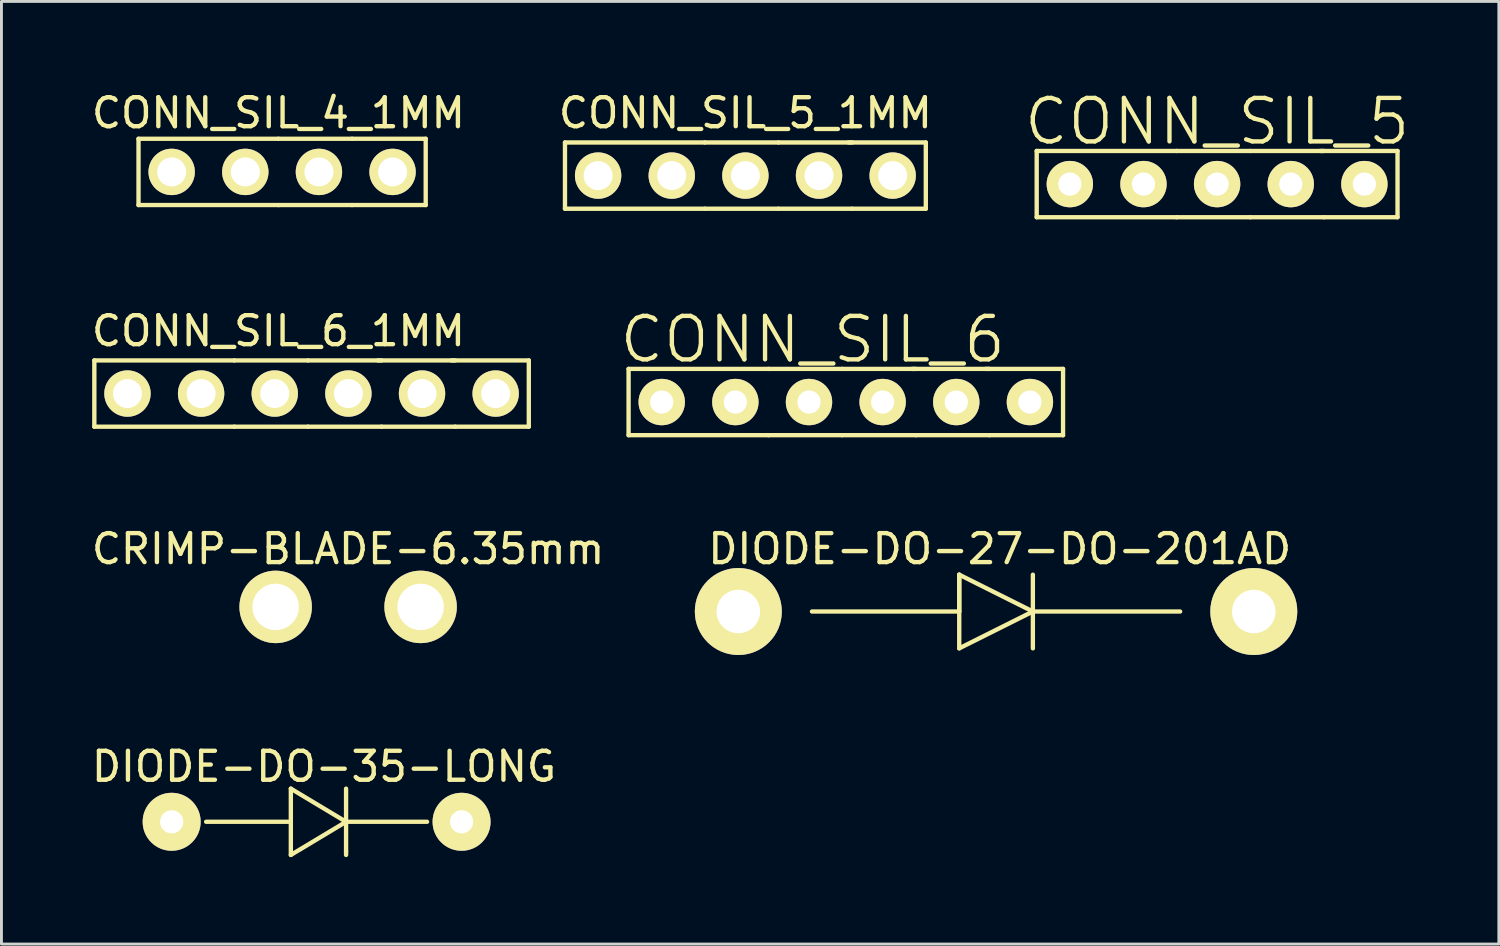
<source format=kicad_pcb>
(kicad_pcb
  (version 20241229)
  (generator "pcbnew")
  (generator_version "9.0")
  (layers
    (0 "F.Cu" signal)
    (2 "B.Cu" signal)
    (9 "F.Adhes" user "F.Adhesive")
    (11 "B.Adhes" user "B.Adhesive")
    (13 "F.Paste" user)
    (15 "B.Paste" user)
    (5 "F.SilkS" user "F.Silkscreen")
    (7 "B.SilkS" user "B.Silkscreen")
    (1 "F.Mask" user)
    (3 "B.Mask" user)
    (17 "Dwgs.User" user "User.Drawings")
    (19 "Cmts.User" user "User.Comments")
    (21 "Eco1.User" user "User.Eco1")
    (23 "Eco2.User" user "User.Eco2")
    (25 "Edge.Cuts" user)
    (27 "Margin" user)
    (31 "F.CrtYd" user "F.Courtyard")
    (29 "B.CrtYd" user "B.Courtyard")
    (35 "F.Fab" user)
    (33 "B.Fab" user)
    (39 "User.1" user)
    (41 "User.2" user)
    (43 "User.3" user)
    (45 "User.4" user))
  (footprint "CONN_SIL_6"
    (layer "F.Cu")
    (at 19.775 10.818)
    (property "Reference" "CONN_SIL_6" (at 5.207 -2.159 0) (layer "F.SilkS") (effects (font (size 1.5 1.5) (thickness 0.15))))
    (attr through_hole)
    (fp_line (start -1.143 -1.143) (end -1.143 1.143) (stroke (width 0.15) (type solid)) (layer "F.SilkS"))
    (fp_line (start -1.143 -1.143) (end 3.683 -1.143) (stroke (width 0.15) (type solid)) (layer "F.SilkS"))
    (fp_line (start 3.683 -1.143) (end 6.223 -1.143) (stroke (width 0.15) (type solid)) (layer "F.SilkS"))
    (fp_line (start 3.683 1.143) (end -1.143 1.143) (stroke (width 0.15) (type solid)) (layer "F.SilkS"))
    (fp_line (start 3.683 1.143) (end 6.223 1.143) (stroke (width 0.15) (type solid)) (layer "F.SilkS"))
    (fp_line (start 6.223 -1.143) (end 8.763 -1.143) (stroke (width 0.15) (type solid)) (layer "F.SilkS"))
    (fp_line (start 6.223 1.143) (end 8.763 1.143) (stroke (width 0.15) (type solid)) (layer "F.SilkS"))
    (fp_line (start 8.763 1.143) (end 11.303 1.143) (stroke (width 0.15) (type solid)) (layer "F.SilkS"))
    (fp_line (start 11.176 -1.143) (end 13.843 -1.143) (stroke (width 0.15) (type solid)) (layer "F.SilkS"))
    (fp_line (start 11.303 -1.143) (end 8.636 -1.143) (stroke (width 0.15) (type solid)) (layer "F.SilkS"))
    (fp_line (start 13.843 -1.143) (end 13.843 1.143) (stroke (width 0.15) (type solid)) (layer "F.SilkS"))
    (fp_line (start 13.843 1.143) (end 11.303 1.143) (stroke (width 0.15) (type solid)) (layer "F.SilkS"))
    (pad "1" thru_hole circle (at 0 0) (size 1.6 1.6) (drill 0.8) (layers "*.Cu" "*.Mask" "F.SilkS"))
    (pad "2" thru_hole circle (at 2.54 0) (size 1.6 1.6) (drill 0.8) (layers "*.Cu" "*.Mask" "F.SilkS"))
    (pad "3" thru_hole circle (at 5.08 0) (size 1.6 1.6) (drill 0.8) (layers "*.Cu" "*.Mask" "F.SilkS"))
    (pad "4" thru_hole circle (at 7.62 0) (size 1.6 1.6) (drill 0.8) (layers "*.Cu" "*.Mask" "F.SilkS"))
    (pad "5" thru_hole circle (at 10.16 0) (size 1.6 1.6) (drill 0.8) (layers "*.Cu" "*.Mask" "F.SilkS"))
    (pad "6" thru_hole circle (at 12.7 0) (size 1.6 1.6) (drill 0.8) (layers "*.Cu" "*.Mask" "F.SilkS")))
  (footprint "CONN_SIL_4_1MM"
    (layer "F.Cu")
    (at 2.871 2.88)
    (property "Reference" "CONN_SIL_4_1MM" (at 3.683 -2.032 0) (layer "F.SilkS") (effects (font (size 1 1) (thickness 0.15))))
    (attr through_hole)
    (fp_line (start -1.143 -1.143) (end -1.143 1.143) (stroke (width 0.15) (type solid)) (layer "F.SilkS"))
    (fp_line (start -1.143 -1.143) (end 3.683 -1.143) (stroke (width 0.15) (type solid)) (layer "F.SilkS"))
    (fp_line (start 3.683 -1.143) (end 6.223 -1.143) (stroke (width 0.15) (type solid)) (layer "F.SilkS"))
    (fp_line (start 3.683 1.143) (end -1.143 1.143) (stroke (width 0.15) (type solid)) (layer "F.SilkS"))
    (fp_line (start 3.683 1.143) (end 6.223 1.143) (stroke (width 0.15) (type solid)) (layer "F.SilkS"))
    (fp_line (start 6.223 -1.143) (end 8.763 -1.143) (stroke (width 0.15) (type solid)) (layer "F.SilkS"))
    (fp_line (start 6.223 1.143) (end 8.763 1.143) (stroke (width 0.15) (type solid)) (layer "F.SilkS"))
    (fp_line (start 8.763 -1.143) (end 8.763 1.143) (stroke (width 0.15) (type solid)) (layer "F.SilkS"))
    (pad "1" thru_hole circle (at 0 0) (size 1.6 1.6) (drill 1) (layers "*.Cu" "*.Mask" "F.SilkS"))
    (pad "2" thru_hole circle (at 2.54 0) (size 1.6 1.6) (drill 1) (layers "*.Cu" "*.Mask" "F.SilkS"))
    (pad "3" thru_hole circle (at 5.08 0) (size 1.6 1.6) (drill 1) (layers "*.Cu" "*.Mask" "F.SilkS"))
    (pad "4" thru_hole circle (at 7.62 0) (size 1.6 1.6) (drill 1) (layers "*.Cu" "*.Mask" "F.SilkS")))
  (footprint "DIODE-DO-27-DO-201AD"
    (layer "F.Cu")
    (at 31.307 18.043)
    (property "Reference" "DIODE-DO-27-DO-201AD" (at 0.127 -2.159 0) (layer "F.SilkS") (effects (font (size 1 1) (thickness 0.15))))
    (attr through_hole)
    (fp_line (start -6.35 0) (end -1.27 0) (stroke (width 0.15) (type solid)) (layer "F.SilkS"))
    (fp_line (start -1.27 -1.27) (end -1.27 1.27) (stroke (width 0.15) (type solid)) (layer "F.SilkS"))
    (fp_line (start -1.27 0) (end -1.27 -1.27) (stroke (width 0.15) (type solid)) (layer "F.SilkS"))
    (fp_line (start -1.27 1.27) (end 1.27 0) (stroke (width 0.15) (type solid)) (layer "F.SilkS"))
    (fp_line (start 1.27 -1.27) (end 1.27 1.27) (stroke (width 0.15) (type solid)) (layer "F.SilkS"))
    (fp_line (start 1.27 0) (end -1.27 -1.27) (stroke (width 0.15) (type solid)) (layer "F.SilkS"))
    (fp_line (start 1.27 0) (end 6.35 0) (stroke (width 0.15) (type solid)) (layer "F.SilkS"))
    (pad "1" thru_hole circle (at -8.89 0) (size 3 3) (drill 1.5) (layers "*.Cu" "*.Mask" "F.SilkS"))
    (pad "2" thru_hole circle (at 8.89 0) (size 3 3) (drill 1.5) (layers "*.Cu" "*.Mask" "F.SilkS")))
  (footprint "CONN_SIL_6_1MM"
    (layer "F.Cu")
    (at 1.347 10.525)
    (property "Reference" "CONN_SIL_6_1MM" (at 5.207 -2.159 0) (layer "F.SilkS") (effects (font (size 1 1) (thickness 0.15))))
    (attr through_hole)
    (fp_line (start -1.143 -1.143) (end -1.143 1.143) (stroke (width 0.15) (type solid)) (layer "F.SilkS"))
    (fp_line (start -1.143 -1.143) (end 3.683 -1.143) (stroke (width 0.15) (type solid)) (layer "F.SilkS"))
    (fp_line (start 3.683 -1.143) (end 6.223 -1.143) (stroke (width 0.15) (type solid)) (layer "F.SilkS"))
    (fp_line (start 3.683 1.143) (end -1.143 1.143) (stroke (width 0.15) (type solid)) (layer "F.SilkS"))
    (fp_line (start 3.683 1.143) (end 6.223 1.143) (stroke (width 0.15) (type solid)) (layer "F.SilkS"))
    (fp_line (start 6.223 -1.143) (end 8.763 -1.143) (stroke (width 0.15) (type solid)) (layer "F.SilkS"))
    (fp_line (start 6.223 1.143) (end 8.763 1.143) (stroke (width 0.15) (type solid)) (layer "F.SilkS"))
    (fp_line (start 8.763 1.143) (end 11.303 1.143) (stroke (width 0.15) (type solid)) (layer "F.SilkS"))
    (fp_line (start 11.176 -1.143) (end 13.843 -1.143) (stroke (width 0.15) (type solid)) (layer "F.SilkS"))
    (fp_line (start 11.303 -1.143) (end 8.636 -1.143) (stroke (width 0.15) (type solid)) (layer "F.SilkS"))
    (fp_line (start 13.843 -1.143) (end 13.843 1.143) (stroke (width 0.15) (type solid)) (layer "F.SilkS"))
    (fp_line (start 13.843 1.143) (end 11.303 1.143) (stroke (width 0.15) (type solid)) (layer "F.SilkS"))
    (pad "1" thru_hole circle (at 0 0) (size 1.6 1.6) (drill 1) (layers "*.Cu" "*.Mask" "F.SilkS"))
    (pad "2" thru_hole circle (at 2.54 0) (size 1.6 1.6) (drill 1) (layers "*.Cu" "*.Mask" "F.SilkS"))
    (pad "3" thru_hole circle (at 5.08 0) (size 1.6 1.6) (drill 1) (layers "*.Cu" "*.Mask" "F.SilkS"))
    (pad "4" thru_hole circle (at 7.62 0) (size 1.6 1.6) (drill 1) (layers "*.Cu" "*.Mask" "F.SilkS"))
    (pad "5" thru_hole circle (at 10.16 0) (size 1.6 1.6) (drill 1) (layers "*.Cu" "*.Mask" "F.SilkS"))
    (pad "6" thru_hole circle (at 12.7 0) (size 1.6 1.6) (drill 1) (layers "*.Cu" "*.Mask" "F.SilkS")))
  (footprint "CONN_SIL_5_1MM"
    (layer "F.Cu")
    (at 17.581 3.007)
    (property "Reference" "CONN_SIL_5_1MM" (at 5.08 -2.159 0) (layer "F.SilkS") (effects (font (size 1 1) (thickness 0.15))))
    (attr through_hole)
    (fp_line (start -1.143 -1.143) (end -1.143 1.143) (stroke (width 0.15) (type solid)) (layer "F.SilkS"))
    (fp_line (start -1.143 -1.143) (end 3.683 -1.143) (stroke (width 0.15) (type solid)) (layer "F.SilkS"))
    (fp_line (start 3.683 -1.143) (end 6.223 -1.143) (stroke (width 0.15) (type solid)) (layer "F.SilkS"))
    (fp_line (start 3.683 1.143) (end -1.143 1.143) (stroke (width 0.15) (type solid)) (layer "F.SilkS"))
    (fp_line (start 3.683 1.143) (end 6.223 1.143) (stroke (width 0.15) (type solid)) (layer "F.SilkS"))
    (fp_line (start 6.223 -1.143) (end 8.763 -1.143) (stroke (width 0.15) (type solid)) (layer "F.SilkS"))
    (fp_line (start 6.223 1.143) (end 8.763 1.143) (stroke (width 0.15) (type solid)) (layer "F.SilkS"))
    (fp_line (start 8.763 1.143) (end 11.303 1.143) (stroke (width 0.15) (type solid)) (layer "F.SilkS"))
    (fp_line (start 11.303 -1.143) (end 8.636 -1.143) (stroke (width 0.15) (type solid)) (layer "F.SilkS"))
    (fp_line (start 11.303 -1.143) (end 11.303 1.143) (stroke (width 0.15) (type solid)) (layer "F.SilkS"))
    (pad "1" thru_hole circle (at 0 0) (size 1.6 1.6) (drill 1) (layers "*.Cu" "*.Mask" "F.SilkS"))
    (pad "2" thru_hole circle (at 2.54 0) (size 1.6 1.6) (drill 1) (layers "*.Cu" "*.Mask" "F.SilkS"))
    (pad "3" thru_hole circle (at 5.08 0) (size 1.6 1.6) (drill 1) (layers "*.Cu" "*.Mask" "F.SilkS"))
    (pad "4" thru_hole circle (at 7.62 0) (size 1.6 1.6) (drill 1) (layers "*.Cu" "*.Mask" "F.SilkS"))
    (pad "5" thru_hole circle (at 10.16 0) (size 1.6 1.6) (drill 1) (layers "*.Cu" "*.Mask" "F.SilkS")))
  (footprint "CRIMP-BLADE-6.35mm"
    (layer "F.Cu")
    (at 8.958 17.884)
    (property "Reference" "CRIMP-BLADE-6.35mm" (at 0 -2 0) (layer "F.SilkS") (effects (font (size 1 1) (thickness 0.15))))
    (attr through_hole)
    (pad "1" thru_hole circle (at -2.5 0) (size 2.5 2.5) (drill 1.6) (layers "*.Cu" "*.Mask" "F.SilkS"))
    (pad "1" thru_hole circle (at 2.5 0) (size 2.5 2.5) (drill 1.6) (layers "*.Cu" "*.Mask" "F.SilkS")))
  (footprint "DIODE-DO-35-LONG"
    (layer "F.Cu")
    (at 7.871 25.296)
    (property "Reference" "DIODE-DO-35-LONG" (at 0.254 -1.905 0) (layer "F.SilkS") (effects (font (size 1 1) (thickness 0.15))))
    (attr through_hole)
    (fp_line (start -0.889 -1.143) (end 1.016 0) (stroke (width 0.15) (type solid)) (layer "F.SilkS"))
    (fp_line (start -0.889 0) (end -3.81 0) (stroke (width 0.15) (type solid)) (layer "F.SilkS"))
    (fp_line (start -0.889 0) (end -0.889 -1.143) (stroke (width 0.15) (type solid)) (layer "F.SilkS"))
    (fp_line (start -0.889 1.143) (end -0.889 0) (stroke (width 0.15) (type solid)) (layer "F.SilkS"))
    (fp_line (start 1.016 -1.143) (end 1.016 1.016) (stroke (width 0.15) (type solid)) (layer "F.SilkS"))
    (fp_line (start 1.016 0) (end -0.889 1.143) (stroke (width 0.15) (type solid)) (layer "F.SilkS"))
    (fp_line (start 1.016 0) (end 3.81 0) (stroke (width 0.15) (type solid)) (layer "F.SilkS"))
    (fp_line (start 1.016 1.016) (end 1.016 1.143) (stroke (width 0.15) (type solid)) (layer "F.SilkS"))
    (pad "1" thru_hole circle (at -5 0) (size 2 2) (drill 0.8) (layers "*.Cu" "*.Mask" "F.SilkS"))
    (pad "2" thru_hole circle (at 5 0) (size 2 2) (drill 0.8) (layers "*.Cu" "*.Mask" "F.SilkS")))
  (footprint "CONN_SIL_5"
    (layer "F.Cu")
    (at 33.852 3.3)
    (property "Reference" "CONN_SIL_5" (at 5.08 -2.159 0) (layer "F.SilkS") (effects (font (size 1.5 1.5) (thickness 0.15))))
    (attr through_hole)
    (fp_line (start -1.143 -1.143) (end -1.143 1.143) (stroke (width 0.15) (type solid)) (layer "F.SilkS"))
    (fp_line (start -1.143 -1.143) (end 3.683 -1.143) (stroke (width 0.15) (type solid)) (layer "F.SilkS"))
    (fp_line (start 3.683 -1.143) (end 6.223 -1.143) (stroke (width 0.15) (type solid)) (layer "F.SilkS"))
    (fp_line (start 3.683 1.143) (end -1.143 1.143) (stroke (width 0.15) (type solid)) (layer "F.SilkS"))
    (fp_line (start 3.683 1.143) (end 6.223 1.143) (stroke (width 0.15) (type solid)) (layer "F.SilkS"))
    (fp_line (start 6.223 -1.143) (end 8.763 -1.143) (stroke (width 0.15) (type solid)) (layer "F.SilkS"))
    (fp_line (start 6.223 1.143) (end 8.763 1.143) (stroke (width 0.15) (type solid)) (layer "F.SilkS"))
    (fp_line (start 8.763 1.143) (end 11.303 1.143) (stroke (width 0.15) (type solid)) (layer "F.SilkS"))
    (fp_line (start 11.303 -1.143) (end 8.636 -1.143) (stroke (width 0.15) (type solid)) (layer "F.SilkS"))
    (fp_line (start 11.303 -1.143) (end 11.303 1.143) (stroke (width 0.15) (type solid)) (layer "F.SilkS"))
    (pad "1" thru_hole circle (at 0 0) (size 1.6 1.6) (drill 0.8) (layers "*.Cu" "*.Mask" "F.SilkS"))
    (pad "2" thru_hole circle (at 2.54 0) (size 1.6 1.6) (drill 0.8) (layers "*.Cu" "*.Mask" "F.SilkS"))
    (pad "3" thru_hole circle (at 5.08 0) (size 1.6 1.6) (drill 0.8) (layers "*.Cu" "*.Mask" "F.SilkS"))
    (pad "4" thru_hole circle (at 7.62 0) (size 1.6 1.6) (drill 0.8) (layers "*.Cu" "*.Mask" "F.SilkS"))
    (pad "5" thru_hole circle (at 10.16 0) (size 1.6 1.6) (drill 0.8) (layers "*.Cu" "*.Mask" "F.SilkS")))
  (gr_rect
    (start -3 -3)
    (end 48.65 29.514)
    (stroke (width 0.1) (type default))
    (fill no)
    (layer "Edge.Cuts")))
</source>
